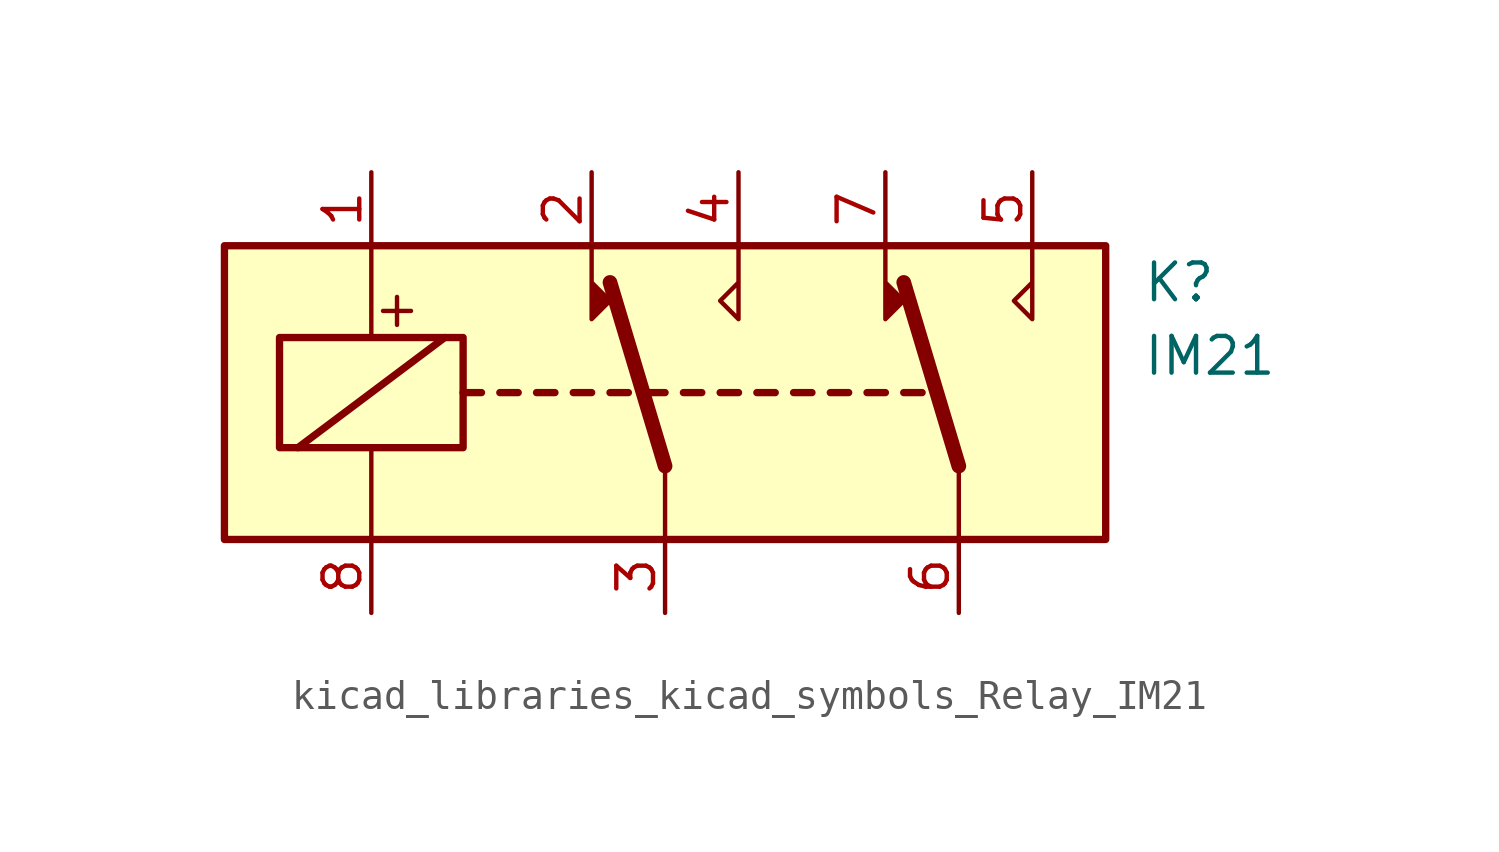
<source format=kicad_sym>
(kicad_symbol_lib
  (version 20220914)
  (generator kicad_symbol_editor)
  (symbol "kicad_libraries_kicad_symbols_Relay_IM21"
    (property "Reference" "K"
      (at 16.51 3.81 0)
      (effects (font (size 1.27 1.27)) (justify left)))
    (property "Value" "IM21"
      (at 16.51 1.27 0)
      (effects (font (size 1.27 1.27)) (justify left)))
    (symbol "kicad_libraries_kicad_symbols_Relay_IM21_0_0"
      (text "+" (at -9.271 2.921 0) (effects (font (size 1.27 1.27)))))
    (symbol "kicad_libraries_kicad_symbols_Relay_IM21_0_1"
      (rectangle (start -15.24 5.08) (end 15.24 -5.08) (stroke (width 0.254) (type default)) (fill (type background)))
      (rectangle (start -13.335 1.905) (end -6.985 -1.905) (stroke (width 0.254) (type default)) (fill (type none)))
      (polyline (pts (xy -12.7 -1.905) (xy -7.62 1.905)) (stroke (width 0.254) (type default)) (fill (type none)))
      (polyline (pts (xy -10.16 -5.08) (xy -10.16 -1.905)) (stroke (width 0) (type default)) (fill (type none)))
      (polyline (pts (xy -10.16 5.08) (xy -10.16 1.905)) (stroke (width 0) (type default)) (fill (type none)))
      (polyline (pts (xy -6.985 0) (xy -6.35 0)) (stroke (width 0.254) (type default)) (fill (type none)))
      (polyline (pts (xy -5.715 0) (xy -5.08 0)) (stroke (width 0.254) (type default)) (fill (type none)))
      (polyline (pts (xy -4.445 0) (xy -3.81 0)) (stroke (width 0.254) (type default)) (fill (type none)))
      (polyline (pts (xy -3.175 0) (xy -2.54 0)) (stroke (width 0.254) (type default)) (fill (type none)))
      (polyline (pts (xy -1.905 0) (xy -1.27 0)) (stroke (width 0.254) (type default)) (fill (type none)))
      (polyline (pts (xy -0.635 0) (xy 0 0)) (stroke (width 0.254) (type default)) (fill (type none)))
      (polyline (pts (xy 0 -2.54) (xy -1.905 3.81)) (stroke (width 0.508) (type default)) (fill (type none)))
      (polyline (pts (xy 0 -2.54) (xy 0 -5.08)) (stroke (width 0) (type default)) (fill (type none)))
      (polyline (pts (xy 0.635 0) (xy 1.27 0)) (stroke (width 0.254) (type default)) (fill (type none)))
      (polyline (pts (xy 1.905 0) (xy 2.54 0)) (stroke (width 0.254) (type default)) (fill (type none)))
      (polyline (pts (xy 3.175 0) (xy 3.81 0)) (stroke (width 0.254) (type default)) (fill (type none)))
      (polyline (pts (xy 4.445 0) (xy 5.08 0)) (stroke (width 0.254) (type default)) (fill (type none)))
      (polyline (pts (xy 5.715 0) (xy 6.35 0)) (stroke (width 0.254) (type default)) (fill (type none)))
      (polyline (pts (xy 6.985 0) (xy 7.62 0)) (stroke (width 0.254) (type default)) (fill (type none)))
      (polyline (pts (xy 8.255 0) (xy 8.89 0)) (stroke (width 0.254) (type default)) (fill (type none)))
      (polyline (pts (xy 10.16 -2.54) (xy 8.255 3.81)) (stroke (width 0.508) (type default)) (fill (type none)))
      (polyline (pts (xy 10.16 -2.54) (xy 10.16 -5.08)) (stroke (width 0) (type default)) (fill (type none)))
      (polyline (pts (xy -2.54 5.08) (xy -2.54 2.54) (xy -1.905 3.175) (xy -2.54 3.81)) (stroke (width 0) (type default)) (fill (type outline)))
      (polyline (pts (xy 2.54 5.08) (xy 2.54 2.54) (xy 1.905 3.175) (xy 2.54 3.81)) (stroke (width 0) (type default)) (fill (type none)))
      (polyline (pts (xy 7.62 5.08) (xy 7.62 2.54) (xy 8.255 3.175) (xy 7.62 3.81)) (stroke (width 0) (type default)) (fill (type outline)))
      (polyline (pts (xy 12.7 5.08) (xy 12.7 2.54) (xy 12.065 3.175) (xy 12.7 3.81)) (stroke (width 0) (type default)) (fill (type none))))
    (symbol "kicad_libraries_kicad_symbols_Relay_IM21_1_1"
      (pin passive line (at -10.16 7.62 270) (length 2.54) (name "~" (effects (font (size 1.27 1.27)))) (number "1" (effects (font (size 1.27 1.27)))))
      (pin passive line (at -2.54 7.62 270) (length 2.54) (name "~" (effects (font (size 1.27 1.27)))) (number "2" (effects (font (size 1.27 1.27)))))
      (pin passive line (at 0 -7.62 90) (length 2.54) (name "~" (effects (font (size 1.27 1.27)))) (number "3" (effects (font (size 1.27 1.27)))))
      (pin passive line (at 2.54 7.62 270) (length 2.54) (name "~" (effects (font (size 1.27 1.27)))) (number "4" (effects (font (size 1.27 1.27)))))
      (pin passive line (at 12.7 7.62 270) (length 2.54) (name "~" (effects (font (size 1.27 1.27)))) (number "5" (effects (font (size 1.27 1.27)))))
      (pin passive line (at 10.16 -7.62 90) (length 2.54) (name "~" (effects (font (size 1.27 1.27)))) (number "6" (effects (font (size 1.27 1.27)))))
      (pin passive line (at 7.62 7.62 270) (length 2.54) (name "~" (effects (font (size 1.27 1.27)))) (number "7" (effects (font (size 1.27 1.27)))))
      (pin passive line (at -10.16 -7.62 90) (length 2.54) (name "~" (effects (font (size 1.27 1.27)))) (number "8" (effects (font (size 1.27 1.27))))))))
</source>
